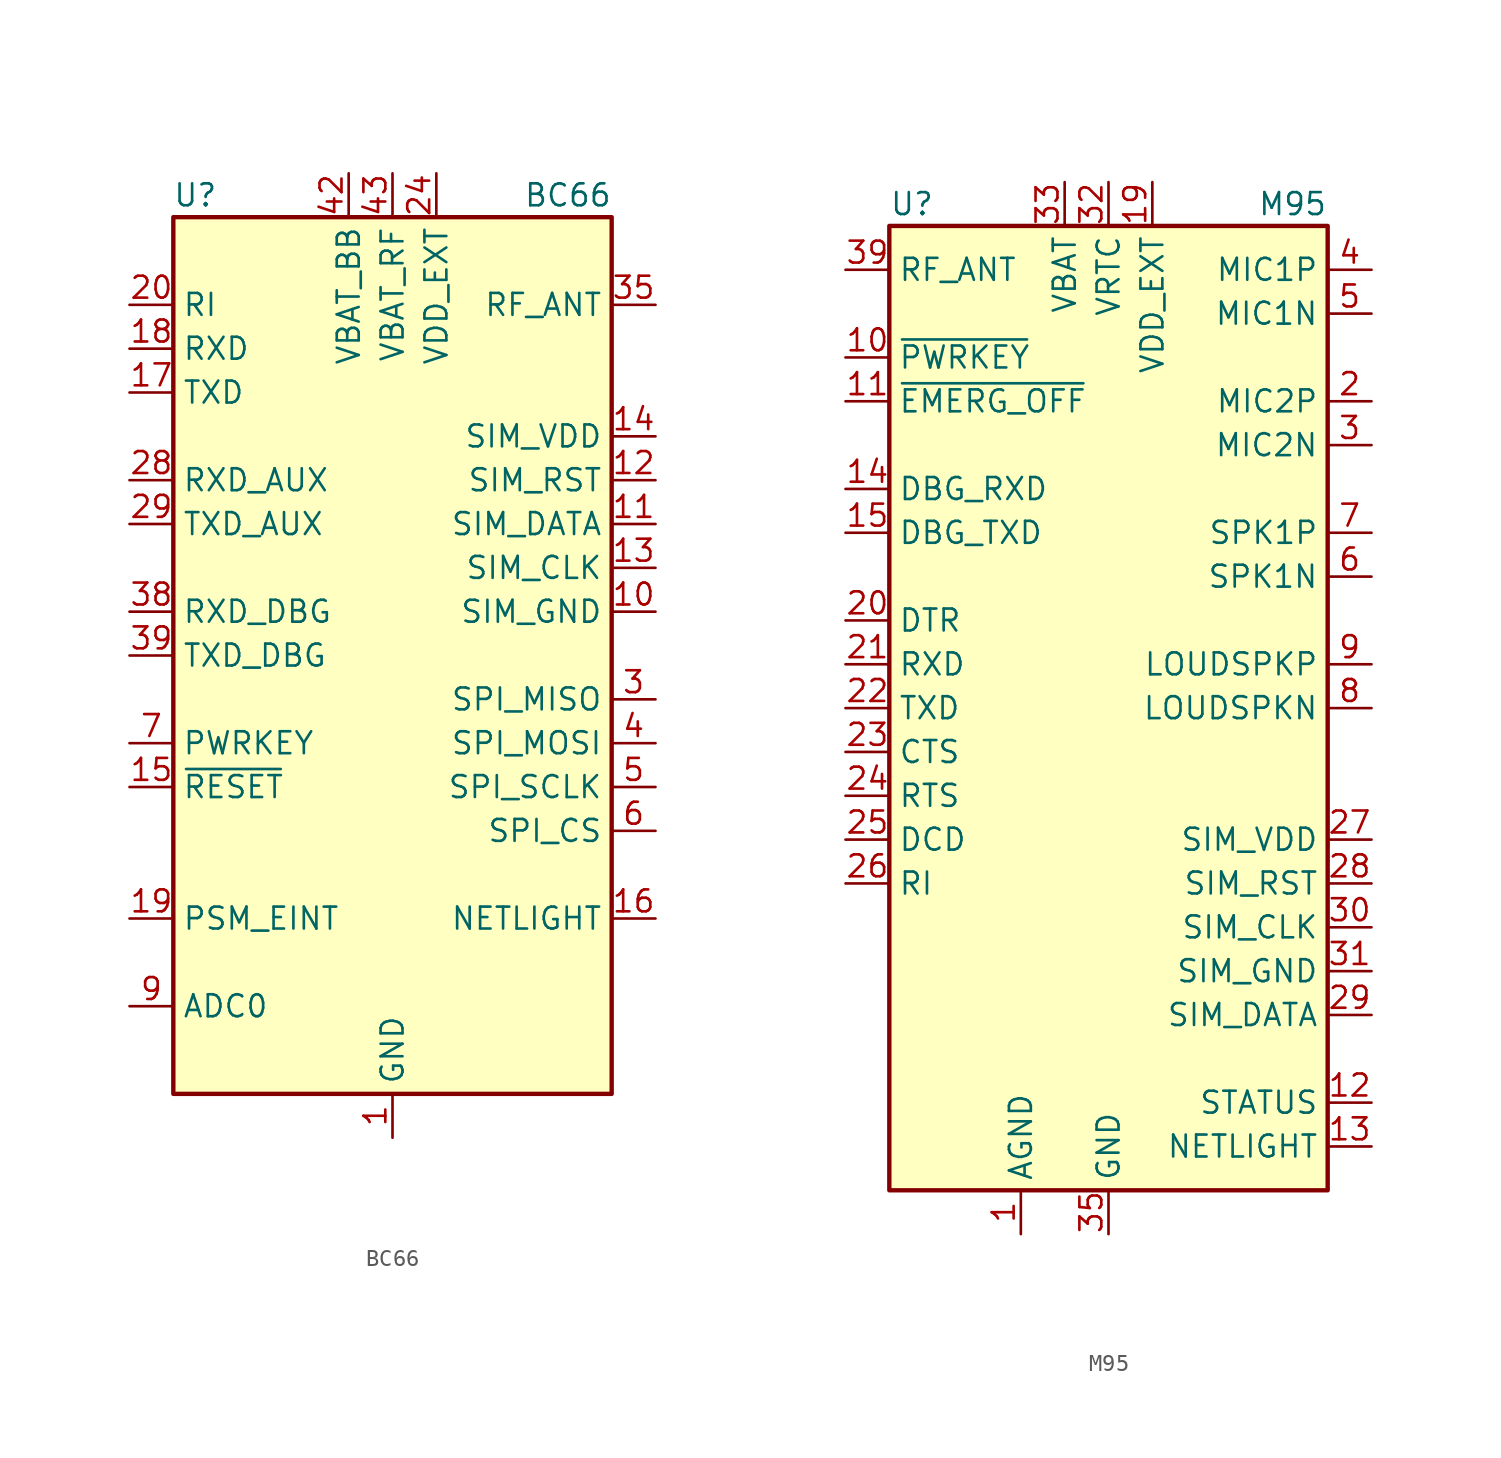
<source format=kicad_sym>
(kicad_symbol_lib
  (version 20201005)
  (generator kicad_symbol_editor)
  (symbol "RF_GSM:BC66"
    (property "Reference" "U"
      (at -11.43 26.67 0)
      (effects (font (size 1.27 1.27))))
    (property "Value" "BC66"
      (at 10.16 26.67 0)
      (effects (font (size 1.27 1.27))))
    (symbol "BC66_0_1"
      (rectangle (start -12.7 25.4) (end 12.7 -25.4) (stroke (width 0.254)) (fill (type background))))
    (symbol "BC66_1_1"
      (pin power_in line (at 0 -27.94 90) (length 2.54) (name "GND" (effects (font (size 1.27 1.27)))) (number "1" (effects (font (size 1.27 1.27)))))
      (pin power_out line (at 15.24 2.54 180) (length 2.54) (name "SIM_GND" (effects (font (size 1.27 1.27)))) (number "10" (effects (font (size 1.27 1.27)))))
      (pin bidirectional line (at 15.24 7.62 180) (length 2.54) (name "SIM_DATA" (effects (font (size 1.27 1.27)))) (number "11" (effects (font (size 1.27 1.27)))))
      (pin output line (at 15.24 10.16 180) (length 2.54) (name "SIM_RST" (effects (font (size 1.27 1.27)))) (number "12" (effects (font (size 1.27 1.27)))))
      (pin output line (at 15.24 5.08 180) (length 2.54) (name "SIM_CLK" (effects (font (size 1.27 1.27)))) (number "13" (effects (font (size 1.27 1.27)))))
      (pin power_out line (at 15.24 12.7 180) (length 2.54) (name "SIM_VDD" (effects (font (size 1.27 1.27)))) (number "14" (effects (font (size 1.27 1.27)))))
      (pin input line (at -15.24 -7.62 0) (length 2.54) (name "~RESET" (effects (font (size 1.27 1.27)))) (number "15" (effects (font (size 1.27 1.27)))))
      (pin output line (at 15.24 -15.24 180) (length 2.54) (name "NETLIGHT" (effects (font (size 1.27 1.27)))) (number "16" (effects (font (size 1.27 1.27)))))
      (pin output line (at -15.24 15.24 0) (length 2.54) (name "TXD" (effects (font (size 1.27 1.27)))) (number "17" (effects (font (size 1.27 1.27)))))
      (pin input line (at -15.24 17.78 0) (length 2.54) (name "RXD" (effects (font (size 1.27 1.27)))) (number "18" (effects (font (size 1.27 1.27)))))
      (pin input line (at -15.24 -15.24 0) (length 2.54) (name "PSM_EINT" (effects (font (size 1.27 1.27)))) (number "19" (effects (font (size 1.27 1.27)))))
      (pin no_connect line (at -5.08 25.4 270) (length 2.54) hide (name "RESERVED" (effects (font (size 1.27 1.27)))) (number "2" (effects (font (size 1.27 1.27)))))
      (pin output line (at -15.24 20.32 0) (length 2.54) (name "RI" (effects (font (size 1.27 1.27)))) (number "20" (effects (font (size 1.27 1.27)))))
      (pin no_connect line (at -12.7 12.7 0) (length 2.54) hide (name "RESERVED" (effects (font (size 1.27 1.27)))) (number "21" (effects (font (size 1.27 1.27)))))
      (pin no_connect line (at -12.7 5.08 0) (length 2.54) hide (name "RESERVED" (effects (font (size 1.27 1.27)))) (number "22" (effects (font (size 1.27 1.27)))))
      (pin no_connect line (at -12.7 -2.54 0) (length 2.54) hide (name "RESERVED" (effects (font (size 1.27 1.27)))) (number "23" (effects (font (size 1.27 1.27)))))
      (pin power_out line (at 2.54 27.94 270) (length 2.54) (name "VDD_EXT" (effects (font (size 1.27 1.27)))) (number "24" (effects (font (size 1.27 1.27)))))
      (pin no_connect line (at -12.7 -10.16 0) (length 2.54) hide (name "RESERVED" (effects (font (size 1.27 1.27)))) (number "25" (effects (font (size 1.27 1.27)))))
      (pin no_connect line (at -12.7 -17.78 0) (length 2.54) hide (name "RESERVED" (effects (font (size 1.27 1.27)))) (number "26" (effects (font (size 1.27 1.27)))))
      (pin passive line (at 0 -27.94 90) (length 2.54) hide (name "GND" (effects (font (size 1.27 1.27)))) (number "27" (effects (font (size 1.27 1.27)))))
      (pin input line (at -15.24 10.16 0) (length 2.54) (name "RXD_AUX" (effects (font (size 1.27 1.27)))) (number "28" (effects (font (size 1.27 1.27)))))
      (pin output line (at -15.24 7.62 0) (length 2.54) (name "TXD_AUX" (effects (font (size 1.27 1.27)))) (number "29" (effects (font (size 1.27 1.27)))))
      (pin input line (at 15.24 -2.54 180) (length 2.54) (name "SPI_MISO" (effects (font (size 1.27 1.27)))) (number "3" (effects (font (size 1.27 1.27)))))
      (pin no_connect line (at -12.7 -22.86 0) (length 2.54) hide (name "RESERVED" (effects (font (size 1.27 1.27)))) (number "30" (effects (font (size 1.27 1.27)))))
      (pin no_connect line (at -10.16 -25.4 90) (length 2.54) hide (name "RESERVED" (effects (font (size 1.27 1.27)))) (number "31" (effects (font (size 1.27 1.27)))))
      (pin no_connect line (at -7.62 -25.4 90) (length 2.54) hide (name "RESERVED" (effects (font (size 1.27 1.27)))) (number "32" (effects (font (size 1.27 1.27)))))
      (pin no_connect line (at -5.08 -25.4 90) (length 2.54) hide (name "RESERVED" (effects (font (size 1.27 1.27)))) (number "33" (effects (font (size 1.27 1.27)))))
      (pin passive line (at 0 -27.94 90) (length 2.54) hide (name "GND" (effects (font (size 1.27 1.27)))) (number "34" (effects (font (size 1.27 1.27)))))
      (pin passive line (at 15.24 20.32 180) (length 2.54) (name "RF_ANT" (effects (font (size 1.27 1.27)))) (number "35" (effects (font (size 1.27 1.27)))))
      (pin passive line (at 0 -27.94 90) (length 2.54) hide (name "GND" (effects (font (size 1.27 1.27)))) (number "36" (effects (font (size 1.27 1.27)))))
      (pin passive line (at 0 -27.94 90) (length 2.54) hide (name "GND" (effects (font (size 1.27 1.27)))) (number "37" (effects (font (size 1.27 1.27)))))
      (pin input line (at -15.24 2.54 0) (length 2.54) (name "RXD_DBG" (effects (font (size 1.27 1.27)))) (number "38" (effects (font (size 1.27 1.27)))))
      (pin output line (at -15.24 0 0) (length 2.54) (name "TXD_DBG" (effects (font (size 1.27 1.27)))) (number "39" (effects (font (size 1.27 1.27)))))
      (pin output line (at 15.24 -5.08 180) (length 2.54) (name "SPI_MOSI" (effects (font (size 1.27 1.27)))) (number "4" (effects (font (size 1.27 1.27)))))
      (pin passive line (at 0 -27.94 90) (length 2.54) hide (name "GND" (effects (font (size 1.27 1.27)))) (number "40" (effects (font (size 1.27 1.27)))))
      (pin passive line (at 0 -27.94 90) (length 2.54) hide (name "GND" (effects (font (size 1.27 1.27)))) (number "41" (effects (font (size 1.27 1.27)))))
      (pin power_in line (at -2.54 27.94 270) (length 2.54) (name "VBAT_BB" (effects (font (size 1.27 1.27)))) (number "42" (effects (font (size 1.27 1.27)))))
      (pin power_in line (at 0 27.94 270) (length 2.54) (name "VBAT_RF" (effects (font (size 1.27 1.27)))) (number "43" (effects (font (size 1.27 1.27)))))
      (pin no_connect line (at -2.54 -25.4 90) (length 2.54) hide (name "RESERVED" (effects (font (size 1.27 1.27)))) (number "44" (effects (font (size 1.27 1.27)))))
      (pin no_connect line (at 5.08 -25.4 90) (length 2.54) hide (name "RESERVED" (effects (font (size 1.27 1.27)))) (number "45" (effects (font (size 1.27 1.27)))))
      (pin no_connect line (at 7.62 -25.4 90) (length 2.54) hide (name "RESERVED" (effects (font (size 1.27 1.27)))) (number "46" (effects (font (size 1.27 1.27)))))
      (pin no_connect line (at 10.16 -25.4 90) (length 2.54) hide (name "RESERVED" (effects (font (size 1.27 1.27)))) (number "47" (effects (font (size 1.27 1.27)))))
      (pin no_connect line (at 12.7 -22.86 180) (length 2.54) hide (name "RESERVED" (effects (font (size 1.27 1.27)))) (number "48" (effects (font (size 1.27 1.27)))))
      (pin no_connect line (at 12.7 -20.32 180) (length 2.54) hide (name "RESERVED" (effects (font (size 1.27 1.27)))) (number "49" (effects (font (size 1.27 1.27)))))
      (pin output line (at 15.24 -7.62 180) (length 2.54) (name "SPI_SCLK" (effects (font (size 1.27 1.27)))) (number "5" (effects (font (size 1.27 1.27)))))
      (pin no_connect line (at 12.7 -17.78 180) (length 2.54) hide (name "RESERVED" (effects (font (size 1.27 1.27)))) (number "50" (effects (font (size 1.27 1.27)))))
      (pin no_connect line (at -12.7 -12.7 0) (length 2.54) hide (name "RESERVED" (effects (font (size 1.27 1.27)))) (number "51" (effects (font (size 1.27 1.27)))))
      (pin no_connect line (at 12.7 -12.7 180) (length 2.54) hide (name "RESERVED" (effects (font (size 1.27 1.27)))) (number "52" (effects (font (size 1.27 1.27)))))
      (pin no_connect line (at 12.7 0 180) (length 2.54) hide (name "RESERVED" (effects (font (size 1.27 1.27)))) (number "53" (effects (font (size 1.27 1.27)))))
      (pin no_connect line (at 2.54 -25.4 90) (length 2.54) hide (name "RESERVED" (effects (font (size 1.27 1.27)))) (number "54" (effects (font (size 1.27 1.27)))))
      (pin no_connect line (at 12.7 17.78 180) (length 2.54) hide (name "RESERVED" (effects (font (size 1.27 1.27)))) (number "55" (effects (font (size 1.27 1.27)))))
      (pin no_connect line (at 12.7 15.24 180) (length 2.54) hide (name "RESERVED" (effects (font (size 1.27 1.27)))) (number "56" (effects (font (size 1.27 1.27)))))
      (pin no_connect line (at 12.7 22.86 180) (length 2.54) hide (name "RESERVED" (effects (font (size 1.27 1.27)))) (number "57" (effects (font (size 1.27 1.27)))))
      (pin no_connect line (at 5.08 25.4 270) (length 2.54) hide (name "RESERVED" (effects (font (size 1.27 1.27)))) (number "58" (effects (font (size 1.27 1.27)))))
      (pin output line (at 15.24 -10.16 180) (length 2.54) (name "SPI_CS" (effects (font (size 1.27 1.27)))) (number "6" (effects (font (size 1.27 1.27)))))
      (pin input line (at -15.24 -5.08 0) (length 2.54) (name "PWRKEY" (effects (font (size 1.27 1.27)))) (number "7" (effects (font (size 1.27 1.27)))))
      (pin no_connect line (at -12.7 22.86 0) (length 2.54) hide (name "RESERVED" (effects (font (size 1.27 1.27)))) (number "8" (effects (font (size 1.27 1.27)))))
      (pin input line (at -15.24 -20.32 0) (length 2.54) (name "ADC0" (effects (font (size 1.27 1.27)))) (number "9" (effects (font (size 1.27 1.27)))))))
  (symbol "RF_GSM:M95"
    (property "Reference" "U"
      (at -12.7 29.21 0)
      (effects (font (size 1.27 1.27)) (justify left)))
    (property "Value" "M95"
      (at 12.7 29.21 0)
      (effects (font (size 1.27 1.27)) (justify right)))
    (symbol "M95_0_1"
      (rectangle (start -12.7 27.94) (end 12.7 -27.94) (stroke (width 0.254)) (fill (type background))))
    (symbol "M95_1_1"
      (pin power_in line (at -5.08 -30.48 90) (length 2.54) (name "AGND" (effects (font (size 1.27 1.27)))) (number "1" (effects (font (size 1.27 1.27)))))
      (pin input line (at -15.24 20.32 0) (length 2.54) (name "~PWRKEY" (effects (font (size 1.27 1.27)))) (number "10" (effects (font (size 1.27 1.27)))))
      (pin input line (at -15.24 17.78 0) (length 2.54) (name "~EMERG_OFF" (effects (font (size 1.27 1.27)))) (number "11" (effects (font (size 1.27 1.27)))))
      (pin output line (at 15.24 -22.86 180) (length 2.54) (name "STATUS" (effects (font (size 1.27 1.27)))) (number "12" (effects (font (size 1.27 1.27)))))
      (pin output line (at 15.24 -25.4 180) (length 2.54) (name "NETLIGHT" (effects (font (size 1.27 1.27)))) (number "13" (effects (font (size 1.27 1.27)))))
      (pin input line (at -15.24 12.7 0) (length 2.54) (name "DBG_RXD" (effects (font (size 1.27 1.27)))) (number "14" (effects (font (size 1.27 1.27)))))
      (pin output line (at -15.24 10.16 0) (length 2.54) (name "DBG_TXD" (effects (font (size 1.27 1.27)))) (number "15" (effects (font (size 1.27 1.27)))))
      (pin no_connect line (at -12.7 -12.7 0) (length 2.54) hide (name "RESERVED" (effects (font (size 1.27 1.27)))) (number "16" (effects (font (size 1.27 1.27)))))
      (pin no_connect line (at -12.7 -15.24 0) (length 2.54) hide (name "RESERVED" (effects (font (size 1.27 1.27)))) (number "17" (effects (font (size 1.27 1.27)))))
      (pin no_connect line (at -12.7 -17.78 0) (length 2.54) hide (name "RESERVED" (effects (font (size 1.27 1.27)))) (number "18" (effects (font (size 1.27 1.27)))))
      (pin power_out line (at 2.54 30.48 270) (length 2.54) (name "VDD_EXT" (effects (font (size 1.27 1.27)))) (number "19" (effects (font (size 1.27 1.27)))))
      (pin input line (at 15.24 17.78 180) (length 2.54) (name "MIC2P" (effects (font (size 1.27 1.27)))) (number "2" (effects (font (size 1.27 1.27)))))
      (pin input line (at -15.24 5.08 0) (length 2.54) (name "DTR" (effects (font (size 1.27 1.27)))) (number "20" (effects (font (size 1.27 1.27)))))
      (pin input line (at -15.24 2.54 0) (length 2.54) (name "RXD" (effects (font (size 1.27 1.27)))) (number "21" (effects (font (size 1.27 1.27)))))
      (pin output line (at -15.24 0 0) (length 2.54) (name "TXD" (effects (font (size 1.27 1.27)))) (number "22" (effects (font (size 1.27 1.27)))))
      (pin output line (at -15.24 -2.54 0) (length 2.54) (name "CTS" (effects (font (size 1.27 1.27)))) (number "23" (effects (font (size 1.27 1.27)))))
      (pin input line (at -15.24 -5.08 0) (length 2.54) (name "RTS" (effects (font (size 1.27 1.27)))) (number "24" (effects (font (size 1.27 1.27)))))
      (pin output line (at -15.24 -7.62 0) (length 2.54) (name "DCD" (effects (font (size 1.27 1.27)))) (number "25" (effects (font (size 1.27 1.27)))))
      (pin output line (at -15.24 -10.16 0) (length 2.54) (name "RI" (effects (font (size 1.27 1.27)))) (number "26" (effects (font (size 1.27 1.27)))))
      (pin power_out line (at 15.24 -7.62 180) (length 2.54) (name "SIM_VDD" (effects (font (size 1.27 1.27)))) (number "27" (effects (font (size 1.27 1.27)))))
      (pin output line (at 15.24 -10.16 180) (length 2.54) (name "SIM_RST" (effects (font (size 1.27 1.27)))) (number "28" (effects (font (size 1.27 1.27)))))
      (pin bidirectional line (at 15.24 -17.78 180) (length 2.54) (name "SIM_DATA" (effects (font (size 1.27 1.27)))) (number "29" (effects (font (size 1.27 1.27)))))
      (pin input line (at 15.24 15.24 180) (length 2.54) (name "MIC2N" (effects (font (size 1.27 1.27)))) (number "3" (effects (font (size 1.27 1.27)))))
      (pin output line (at 15.24 -12.7 180) (length 2.54) (name "SIM_CLK" (effects (font (size 1.27 1.27)))) (number "30" (effects (font (size 1.27 1.27)))))
      (pin power_out line (at 15.24 -15.24 180) (length 2.54) (name "SIM_GND" (effects (font (size 1.27 1.27)))) (number "31" (effects (font (size 1.27 1.27)))))
      (pin power_in line (at 0 30.48 270) (length 2.54) (name "VRTC" (effects (font (size 1.27 1.27)))) (number "32" (effects (font (size 1.27 1.27)))))
      (pin power_in line (at -2.54 30.48 270) (length 2.54) (name "VBAT" (effects (font (size 1.27 1.27)))) (number "33" (effects (font (size 1.27 1.27)))))
      (pin passive line (at -2.54 30.48 270) (length 2.54) hide (name "VBAT" (effects (font (size 1.27 1.27)))) (number "34" (effects (font (size 1.27 1.27)))))
      (pin power_in line (at 0 -30.48 90) (length 2.54) (name "GND" (effects (font (size 1.27 1.27)))) (number "35" (effects (font (size 1.27 1.27)))))
      (pin passive line (at 0 -30.48 90) (length 2.54) hide (name "GND" (effects (font (size 1.27 1.27)))) (number "36" (effects (font (size 1.27 1.27)))))
      (pin passive line (at 0 -30.48 90) (length 2.54) hide (name "GND" (effects (font (size 1.27 1.27)))) (number "37" (effects (font (size 1.27 1.27)))))
      (pin passive line (at 0 -30.48 90) (length 2.54) hide (name "GND" (effects (font (size 1.27 1.27)))) (number "38" (effects (font (size 1.27 1.27)))))
      (pin passive line (at -15.24 25.4 0) (length 2.54) (name "RF_ANT" (effects (font (size 1.27 1.27)))) (number "39" (effects (font (size 1.27 1.27)))))
      (pin input line (at 15.24 25.4 180) (length 2.54) (name "MIC1P" (effects (font (size 1.27 1.27)))) (number "4" (effects (font (size 1.27 1.27)))))
      (pin passive line (at 0 -30.48 90) (length 2.54) hide (name "GND" (effects (font (size 1.27 1.27)))) (number "40" (effects (font (size 1.27 1.27)))))
      (pin no_connect line (at -12.7 -20.32 0) (length 2.54) hide (name "RESERVED" (effects (font (size 1.27 1.27)))) (number "41" (effects (font (size 1.27 1.27)))))
      (pin no_connect line (at -12.7 -22.86 0) (length 2.54) hide (name "RESERVED" (effects (font (size 1.27 1.27)))) (number "42" (effects (font (size 1.27 1.27)))))
      (pin input line (at 15.24 22.86 180) (length 2.54) (name "MIC1N" (effects (font (size 1.27 1.27)))) (number "5" (effects (font (size 1.27 1.27)))))
      (pin output line (at 15.24 7.62 180) (length 2.54) (name "SPK1N" (effects (font (size 1.27 1.27)))) (number "6" (effects (font (size 1.27 1.27)))))
      (pin output line (at 15.24 10.16 180) (length 2.54) (name "SPK1P" (effects (font (size 1.27 1.27)))) (number "7" (effects (font (size 1.27 1.27)))))
      (pin output line (at 15.24 0 180) (length 2.54) (name "LOUDSPKN" (effects (font (size 1.27 1.27)))) (number "8" (effects (font (size 1.27 1.27)))))
      (pin output line (at 15.24 2.54 180) (length 2.54) (name "LOUDSPKP" (effects (font (size 1.27 1.27)))) (number "9" (effects (font (size 1.27 1.27))))))))
</source>
